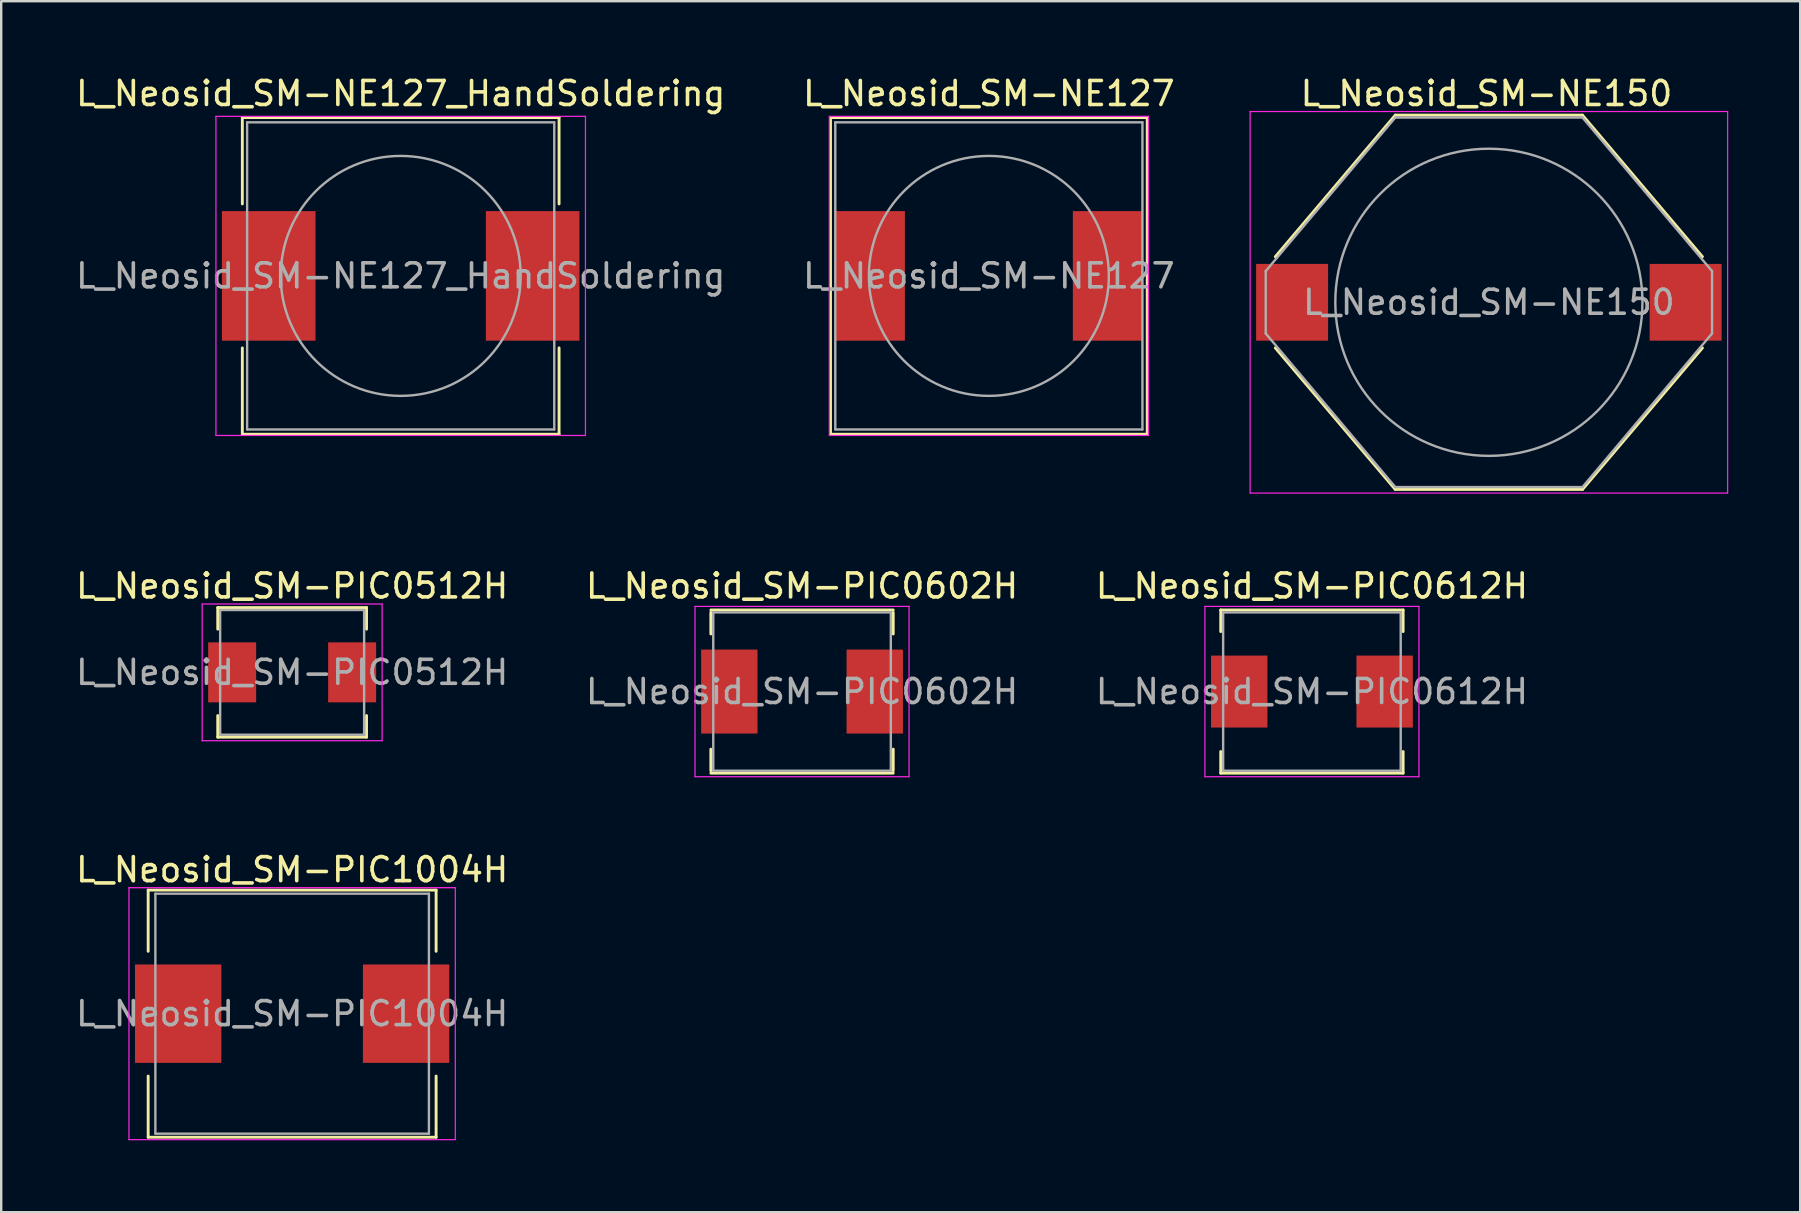
<source format=kicad_pcb>
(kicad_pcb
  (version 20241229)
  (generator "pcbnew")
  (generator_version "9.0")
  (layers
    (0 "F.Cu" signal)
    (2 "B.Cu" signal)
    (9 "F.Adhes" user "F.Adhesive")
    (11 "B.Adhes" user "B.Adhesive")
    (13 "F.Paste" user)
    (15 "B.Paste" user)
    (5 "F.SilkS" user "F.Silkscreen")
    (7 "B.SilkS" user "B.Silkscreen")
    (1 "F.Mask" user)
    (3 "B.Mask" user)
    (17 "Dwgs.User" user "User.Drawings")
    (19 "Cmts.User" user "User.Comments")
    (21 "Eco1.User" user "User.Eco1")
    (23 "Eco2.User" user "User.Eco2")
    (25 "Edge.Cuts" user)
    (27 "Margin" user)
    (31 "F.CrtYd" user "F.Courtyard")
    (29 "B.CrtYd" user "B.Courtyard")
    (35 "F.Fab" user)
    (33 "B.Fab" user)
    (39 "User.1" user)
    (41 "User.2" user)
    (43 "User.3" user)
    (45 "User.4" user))
  (footprint "L_Neosid_SM-PIC0612H"
    (layer "F.Cu")
    (at 51.625 25.771)
    (property "Reference" "L_Neosid_SM-PIC0612H" (at 0 -4.4 0) (layer "F.SilkS") (effects (font (size 1 1) (thickness 0.15))))
    (attr smd)
    (fp_line (start -3.8 -3.4) (end -3.8 -2.5) (stroke (width 0.12) (type solid)) (layer "F.SilkS"))
    (fp_line (start -3.8 2.5) (end -3.8 3.4) (stroke (width 0.12) (type solid)) (layer "F.SilkS"))
    (fp_line (start -3.8 3.4) (end 3.8 3.4) (stroke (width 0.12) (type solid)) (layer "F.SilkS"))
    (fp_line (start 3.8 -3.4) (end -3.8 -3.4) (stroke (width 0.12) (type solid)) (layer "F.SilkS"))
    (fp_line (start 3.8 -2.5) (end 3.8 -3.4) (stroke (width 0.12) (type solid)) (layer "F.SilkS"))
    (fp_line (start 3.8 3.4) (end 3.8 2.5) (stroke (width 0.12) (type solid)) (layer "F.SilkS"))
    (fp_line (start -4.46 -3.55) (end -4.46 3.55) (stroke (width 0.05) (type solid)) (layer "F.CrtYd"))
    (fp_line (start -4.46 -3.55) (end 4.46 -3.55) (stroke (width 0.05) (type solid)) (layer "F.CrtYd"))
    (fp_line (start 4.46 3.55) (end -4.46 3.55) (stroke (width 0.05) (type solid)) (layer "F.CrtYd"))
    (fp_line (start 4.46 3.55) (end 4.46 -3.55) (stroke (width 0.05) (type solid)) (layer "F.CrtYd"))
    (fp_line (start -3.7 -3.3) (end 3.7 -3.3) (stroke (width 0.1) (type solid)) (layer "F.Fab"))
    (fp_line (start -3.7 3.3) (end -3.7 -3.3) (stroke (width 0.1) (type solid)) (layer "F.Fab"))
    (fp_line (start 3.7 -3.3) (end 3.7 3.3) (stroke (width 0.1) (type solid)) (layer "F.Fab"))
    (fp_line (start 3.7 3.3) (end -3.7 3.3) (stroke (width 0.1) (type solid)) (layer "F.Fab"))
    (fp_text user "${REFERENCE}" (at 0 0 0) (layer "F.Fab") (effects (font (size 1 1) (thickness 0.15))))
    (pad "1" smd rect (at -3.03 0) (size 2.35 3) (layers "F.Cu" "F.Mask" "F.Paste"))
    (pad "2" smd rect (at 3.03 0) (size 2.35 3) (layers "F.Cu" "F.Mask" "F.Paste")))
  (footprint "L_Neosid_SM-NE127"
    (layer "F.Cu")
    (at 38.161 8.448)
    (property "Reference" "L_Neosid_SM-NE127" (at 0 -7.6 0) (layer "F.SilkS") (effects (font (size 1 1) (thickness 0.15))))
    (attr smd)
    (fp_line (start -6.6 -6.6) (end 6.6 -6.6) (stroke (width 0.12) (type solid)) (layer "F.SilkS"))
    (fp_line (start -6.6 6.6) (end -6.6 -6.6) (stroke (width 0.12) (type solid)) (layer "F.SilkS"))
    (fp_line (start 6.6 -6.6) (end 6.6 6.6) (stroke (width 0.12) (type solid)) (layer "F.SilkS"))
    (fp_line (start 6.6 6.6) (end -6.6 6.6) (stroke (width 0.12) (type solid)) (layer "F.SilkS"))
    (fp_line (start -6.65 -6.65) (end -6.65 6.65) (stroke (width 0.05) (type solid)) (layer "F.CrtYd"))
    (fp_line (start -6.65 -6.65) (end 6.65 -6.65) (stroke (width 0.05) (type solid)) (layer "F.CrtYd"))
    (fp_line (start 6.65 6.65) (end -6.65 6.65) (stroke (width 0.05) (type solid)) (layer "F.CrtYd"))
    (fp_line (start 6.65 6.65) (end 6.65 -6.65) (stroke (width 0.05) (type solid)) (layer "F.CrtYd"))
    (fp_line (start -6.4 -6.4) (end 6.4 -6.4) (stroke (width 0.1) (type solid)) (layer "F.Fab"))
    (fp_line (start -6.4 6.4) (end -6.4 -6.4) (stroke (width 0.1) (type solid)) (layer "F.Fab"))
    (fp_line (start 6.4 -6.4) (end 6.4 6.4) (stroke (width 0.1) (type solid)) (layer "F.Fab"))
    (fp_line (start 6.4 6.4) (end -6.4 6.4) (stroke (width 0.1) (type solid)) (layer "F.Fab"))
    (fp_circle (center 0 0) (end 5 0) (stroke (width 0.1) (type solid)) (fill no) (layer "F.Fab"))
    (fp_text user "${REFERENCE}" (at 0 0 0) (layer "F.Fab") (effects (font (size 1 1) (thickness 0.15))))
    (pad "1" smd rect (at -4.95 0) (size 2.9 5.4) (layers "F.Cu" "F.Mask" "F.Paste"))
    (pad "2" smd rect (at 4.95 0) (size 2.9 5.4) (layers "F.Cu" "F.Mask" "F.Paste")))
  (footprint "L_Neosid_SM-PIC1004H"
    (layer "F.Cu")
    (at 9.125 39.195)
    (property "Reference" "L_Neosid_SM-PIC1004H" (at 0 -6 0) (layer "F.SilkS") (effects (font (size 1 1) (thickness 0.15))))
    (attr smd)
    (fp_line (start -6 -5.15) (end -6 -2.6) (stroke (width 0.12) (type solid)) (layer "F.SilkS"))
    (fp_line (start -6 2.6) (end -6 5.15) (stroke (width 0.12) (type solid)) (layer "F.SilkS"))
    (fp_line (start -6 5.15) (end 6 5.15) (stroke (width 0.12) (type solid)) (layer "F.SilkS"))
    (fp_line (start 6 -5.15) (end -6 -5.15) (stroke (width 0.12) (type solid)) (layer "F.SilkS"))
    (fp_line (start 6 -2.6) (end 6 -5.15) (stroke (width 0.12) (type solid)) (layer "F.SilkS"))
    (fp_line (start 6 5.15) (end 6 2.6) (stroke (width 0.12) (type solid)) (layer "F.SilkS"))
    (fp_line (start -6.8 -5.25) (end -6.8 5.25) (stroke (width 0.05) (type solid)) (layer "F.CrtYd"))
    (fp_line (start -6.8 -5.25) (end 6.8 -5.25) (stroke (width 0.05) (type solid)) (layer "F.CrtYd"))
    (fp_line (start 6.8 5.25) (end -6.8 5.25) (stroke (width 0.05) (type solid)) (layer "F.CrtYd"))
    (fp_line (start 6.8 5.25) (end 6.8 -5.25) (stroke (width 0.05) (type solid)) (layer "F.CrtYd"))
    (fp_line (start -5.7 -5) (end 5.7 -5) (stroke (width 0.1) (type solid)) (layer "F.Fab"))
    (fp_line (start -5.7 5) (end -5.7 -5) (stroke (width 0.1) (type solid)) (layer "F.Fab"))
    (fp_line (start 5.7 -5) (end 5.7 5) (stroke (width 0.1) (type solid)) (layer "F.Fab"))
    (fp_line (start 5.7 5) (end -5.7 5) (stroke (width 0.1) (type solid)) (layer "F.Fab"))
    (fp_text user "${REFERENCE}" (at 0 0 0) (layer "F.Fab") (effects (font (size 1 1) (thickness 0.15))))
    (pad "1" smd rect (at -4.75 0) (size 3.6 4.1) (layers "F.Cu" "F.Mask" "F.Paste"))
    (pad "2" smd rect (at 4.75 0) (size 3.6 4.1) (layers "F.Cu" "F.Mask" "F.Paste")))
  (footprint "L_Neosid_SM-NE150"
    (layer "F.Cu")
    (at 58.999 9.548)
    (property "Reference" "L_Neosid_SM-NE150" (at -0.1 -8.7 0) (layer "F.SilkS") (effects (font (size 1 1) (thickness 0.15))))
    (attr smd)
    (fp_line (start -8.9 1.9) (end -3.9 7.8) (stroke (width 0.12) (type solid)) (layer "F.SilkS"))
    (fp_line (start -3.9 -7.8) (end -8.9 -1.9) (stroke (width 0.12) (type solid)) (layer "F.SilkS"))
    (fp_line (start -3.9 -7.8) (end 3.9 -7.8) (stroke (width 0.12) (type solid)) (layer "F.SilkS"))
    (fp_line (start -3.9 7.8) (end 3.9 7.8) (stroke (width 0.12) (type solid)) (layer "F.SilkS"))
    (fp_line (start 3.9 -7.8) (end 8.9 -1.9) (stroke (width 0.12) (type solid)) (layer "F.SilkS"))
    (fp_line (start 3.9 7.8) (end 8.9 1.9) (stroke (width 0.12) (type solid)) (layer "F.SilkS"))
    (fp_line (start -9.95 -7.95) (end -9.95 7.95) (stroke (width 0.05) (type solid)) (layer "F.CrtYd"))
    (fp_line (start -9.95 -7.95) (end 9.95 -7.95) (stroke (width 0.05) (type solid)) (layer "F.CrtYd"))
    (fp_line (start 9.95 7.95) (end -9.95 7.95) (stroke (width 0.05) (type solid)) (layer "F.CrtYd"))
    (fp_line (start 9.95 7.95) (end 9.95 -7.95) (stroke (width 0.05) (type solid)) (layer "F.CrtYd"))
    (fp_line (start -9.3 -1.3) (end -3.9 -7.7) (stroke (width 0.1) (type solid)) (layer "F.Fab"))
    (fp_line (start -9.3 1.3) (end -9.3 -1.3) (stroke (width 0.1) (type solid)) (layer "F.Fab"))
    (fp_line (start -3.9 -7.7) (end 3.9 -7.7) (stroke (width 0.1) (type solid)) (layer "F.Fab"))
    (fp_line (start -3.9 7.7) (end -9.3 1.3) (stroke (width 0.1) (type solid)) (layer "F.Fab"))
    (fp_line (start 3.9 -7.7) (end 9.3 -1.3) (stroke (width 0.1) (type solid)) (layer "F.Fab"))
    (fp_line (start 3.9 7.7) (end -3.9 7.7) (stroke (width 0.1) (type solid)) (layer "F.Fab"))
    (fp_line (start 9.3 -1.3) (end 9.3 1.3) (stroke (width 0.1) (type solid)) (layer "F.Fab"))
    (fp_line (start 9.3 1.3) (end 3.9 7.7) (stroke (width 0.1) (type solid)) (layer "F.Fab"))
    (fp_circle (center 0 0) (end -6.4 0) (stroke (width 0.1) (type solid)) (fill no) (layer "F.Fab"))
    (fp_text user "${REFERENCE}" (at 0 0 0) (layer "F.Fab") (effects (font (size 1 1) (thickness 0.15))))
    (pad "1" smd rect (at -8.2 0 180) (size 3 3.2) (layers "F.Cu" "F.Mask" "F.Paste"))
    (pad "2" smd rect (at 8.2 0) (size 3 3.2) (layers "F.Cu" "F.Mask" "F.Paste")))
  (footprint "L_Neosid_SM-PIC0512H"
    (layer "F.Cu")
    (at 9.125 24.971)
    (property "Reference" "L_Neosid_SM-PIC0512H" (at 0 -3.6 0) (layer "F.SilkS") (effects (font (size 1 1) (thickness 0.15))))
    (attr smd)
    (fp_line (start -3.1 -2.7) (end -3.1 -1.8) (stroke (width 0.12) (type solid)) (layer "F.SilkS"))
    (fp_line (start -3.1 2.7) (end -3.1 1.8) (stroke (width 0.12) (type solid)) (layer "F.SilkS"))
    (fp_line (start 3.1 -2.7) (end -3.1 -2.7) (stroke (width 0.12) (type solid)) (layer "F.SilkS"))
    (fp_line (start 3.1 -2.7) (end 3.1 -1.8) (stroke (width 0.12) (type solid)) (layer "F.SilkS"))
    (fp_line (start 3.1 1.8) (end 3.1 2.7) (stroke (width 0.12) (type solid)) (layer "F.SilkS"))
    (fp_line (start 3.1 2.7) (end -3.1 2.7) (stroke (width 0.12) (type solid)) (layer "F.SilkS"))
    (fp_line (start -3.75 -2.85) (end -3.75 2.85) (stroke (width 0.05) (type solid)) (layer "F.CrtYd"))
    (fp_line (start -3.75 -2.85) (end 3.75 -2.85) (stroke (width 0.05) (type solid)) (layer "F.CrtYd"))
    (fp_line (start 3.75 2.85) (end -3.75 2.85) (stroke (width 0.05) (type solid)) (layer "F.CrtYd"))
    (fp_line (start 3.75 2.85) (end 3.75 -2.85) (stroke (width 0.05) (type solid)) (layer "F.CrtYd"))
    (fp_line (start -3 -2.6) (end 3 -2.6) (stroke (width 0.1) (type solid)) (layer "F.Fab"))
    (fp_line (start -3 2.6) (end -3 -2.6) (stroke (width 0.1) (type solid)) (layer "F.Fab"))
    (fp_line (start 3 -2.6) (end 3 2.6) (stroke (width 0.1) (type solid)) (layer "F.Fab"))
    (fp_line (start 3 2.6) (end -3 2.6) (stroke (width 0.1) (type solid)) (layer "F.Fab"))
    (fp_text user "${REFERENCE}" (at 0 0 0) (layer "F.Fab") (effects (font (size 1 1) (thickness 0.15))))
    (pad "1" smd rect (at -2.5 0 180) (size 2 2.5) (layers "F.Cu" "F.Mask" "F.Paste"))
    (pad "2" smd rect (at 2.5 0 180) (size 2 2.5) (layers "F.Cu" "F.Mask" "F.Paste")))
  (footprint "L_Neosid_SM-PIC0602H"
    (layer "F.Cu")
    (at 30.375 25.771)
    (property "Reference" "L_Neosid_SM-PIC0602H" (at 0 -4.4 0) (layer "F.SilkS") (effects (font (size 1 1) (thickness 0.15))))
    (attr smd)
    (fp_line (start -3.8 -3.3) (end -3.8 -2.4) (stroke (width 0.12) (type solid)) (layer "F.SilkS"))
    (fp_line (start -3.8 2.4) (end -3.8 3.3) (stroke (width 0.12) (type solid)) (layer "F.SilkS"))
    (fp_line (start -3.8 3.4) (end 3.8 3.4) (stroke (width 0.12) (type solid)) (layer "F.SilkS"))
    (fp_line (start 3.8 -3.4) (end -3.8 -3.4) (stroke (width 0.12) (type solid)) (layer "F.SilkS"))
    (fp_line (start 3.8 -2.4) (end 3.8 -3.3) (stroke (width 0.12) (type solid)) (layer "F.SilkS"))
    (fp_line (start 3.8 3.3) (end 3.8 2.4) (stroke (width 0.12) (type solid)) (layer "F.SilkS"))
    (fp_line (start -4.46 -3.55) (end -4.46 3.55) (stroke (width 0.05) (type solid)) (layer "F.CrtYd"))
    (fp_line (start -4.46 -3.55) (end 4.46 -3.55) (stroke (width 0.05) (type solid)) (layer "F.CrtYd"))
    (fp_line (start 4.46 3.55) (end -4.46 3.55) (stroke (width 0.05) (type solid)) (layer "F.CrtYd"))
    (fp_line (start 4.46 3.55) (end 4.46 -3.55) (stroke (width 0.05) (type solid)) (layer "F.CrtYd"))
    (fp_line (start -3.7 -3.3) (end -3.7 3.3) (stroke (width 0.1) (type solid)) (layer "F.Fab"))
    (fp_line (start -3.7 3.3) (end 3.7 3.3) (stroke (width 0.1) (type solid)) (layer "F.Fab"))
    (fp_line (start 3.7 -3.3) (end -3.7 -3.3) (stroke (width 0.1) (type solid)) (layer "F.Fab"))
    (fp_line (start 3.7 3.3) (end 3.7 -3.3) (stroke (width 0.1) (type solid)) (layer "F.Fab"))
    (fp_text user "${REFERENCE}" (at 0 0 0) (layer "F.Fab") (effects (font (size 1 1) (thickness 0.15))))
    (pad "1" smd rect (at -3.03 0) (size 2.35 3.5) (layers "F.Cu" "F.Mask" "F.Paste"))
    (pad "2" smd rect (at 3.03 0) (size 2.35 3.5) (layers "F.Cu" "F.Mask" "F.Paste")))
  (footprint "L_Neosid_SM-NE127_HandSoldering"
    (layer "F.Cu")
    (at 13.649 8.448)
    (property "Reference" "L_Neosid_SM-NE127_HandSoldering" (at 0 -7.6 0) (layer "F.SilkS") (effects (font (size 1 1) (thickness 0.15))))
    (attr smd)
    (fp_line (start -6.6 -6.6) (end 6.6 -6.6) (stroke (width 0.12) (type solid)) (layer "F.SilkS"))
    (fp_line (start -6.6 -3) (end -6.6 -6.6) (stroke (width 0.12) (type solid)) (layer "F.SilkS"))
    (fp_line (start -6.6 6.6) (end -6.6 3) (stroke (width 0.12) (type solid)) (layer "F.SilkS"))
    (fp_line (start 6.6 -6.6) (end 6.6 -3) (stroke (width 0.12) (type solid)) (layer "F.SilkS"))
    (fp_line (start 6.6 3) (end 6.6 6.6) (stroke (width 0.12) (type solid)) (layer "F.SilkS"))
    (fp_line (start 6.6 6.6) (end -6.6 6.6) (stroke (width 0.12) (type solid)) (layer "F.SilkS"))
    (fp_line (start -7.7 -6.65) (end -7.7 6.65) (stroke (width 0.05) (type solid)) (layer "F.CrtYd"))
    (fp_line (start -7.7 -6.65) (end 7.7 -6.65) (stroke (width 0.05) (type solid)) (layer "F.CrtYd"))
    (fp_line (start 7.7 6.65) (end -7.7 6.65) (stroke (width 0.05) (type solid)) (layer "F.CrtYd"))
    (fp_line (start 7.7 6.65) (end 7.7 -6.65) (stroke (width 0.05) (type solid)) (layer "F.CrtYd"))
    (fp_line (start -6.4 -6.4) (end 6.4 -6.4) (stroke (width 0.1) (type solid)) (layer "F.Fab"))
    (fp_line (start -6.4 6.4) (end -6.4 -6.4) (stroke (width 0.1) (type solid)) (layer "F.Fab"))
    (fp_line (start 6.4 -6.4) (end 6.4 6.4) (stroke (width 0.1) (type solid)) (layer "F.Fab"))
    (fp_line (start 6.4 6.4) (end -6.4 6.4) (stroke (width 0.1) (type solid)) (layer "F.Fab"))
    (fp_circle (center 0 0) (end 5 0) (stroke (width 0.1) (type solid)) (fill no) (layer "F.Fab"))
    (fp_text user "${REFERENCE}" (at 0 0 0) (layer "F.Fab") (effects (font (size 1 1) (thickness 0.15))))
    (pad "1" smd rect (at -5.5 0) (size 3.9 5.4) (layers "F.Cu" "F.Mask" "F.Paste"))
    (pad "2" smd rect (at 5.5 0) (size 3.9 5.4) (layers "F.Cu" "F.Mask" "F.Paste")))
  (gr_rect
    (start -3 -3)
    (end 71.974 47.47)
    (stroke (width 0.1) (type default))
    (fill no)
    (layer "Edge.Cuts")))
</source>
